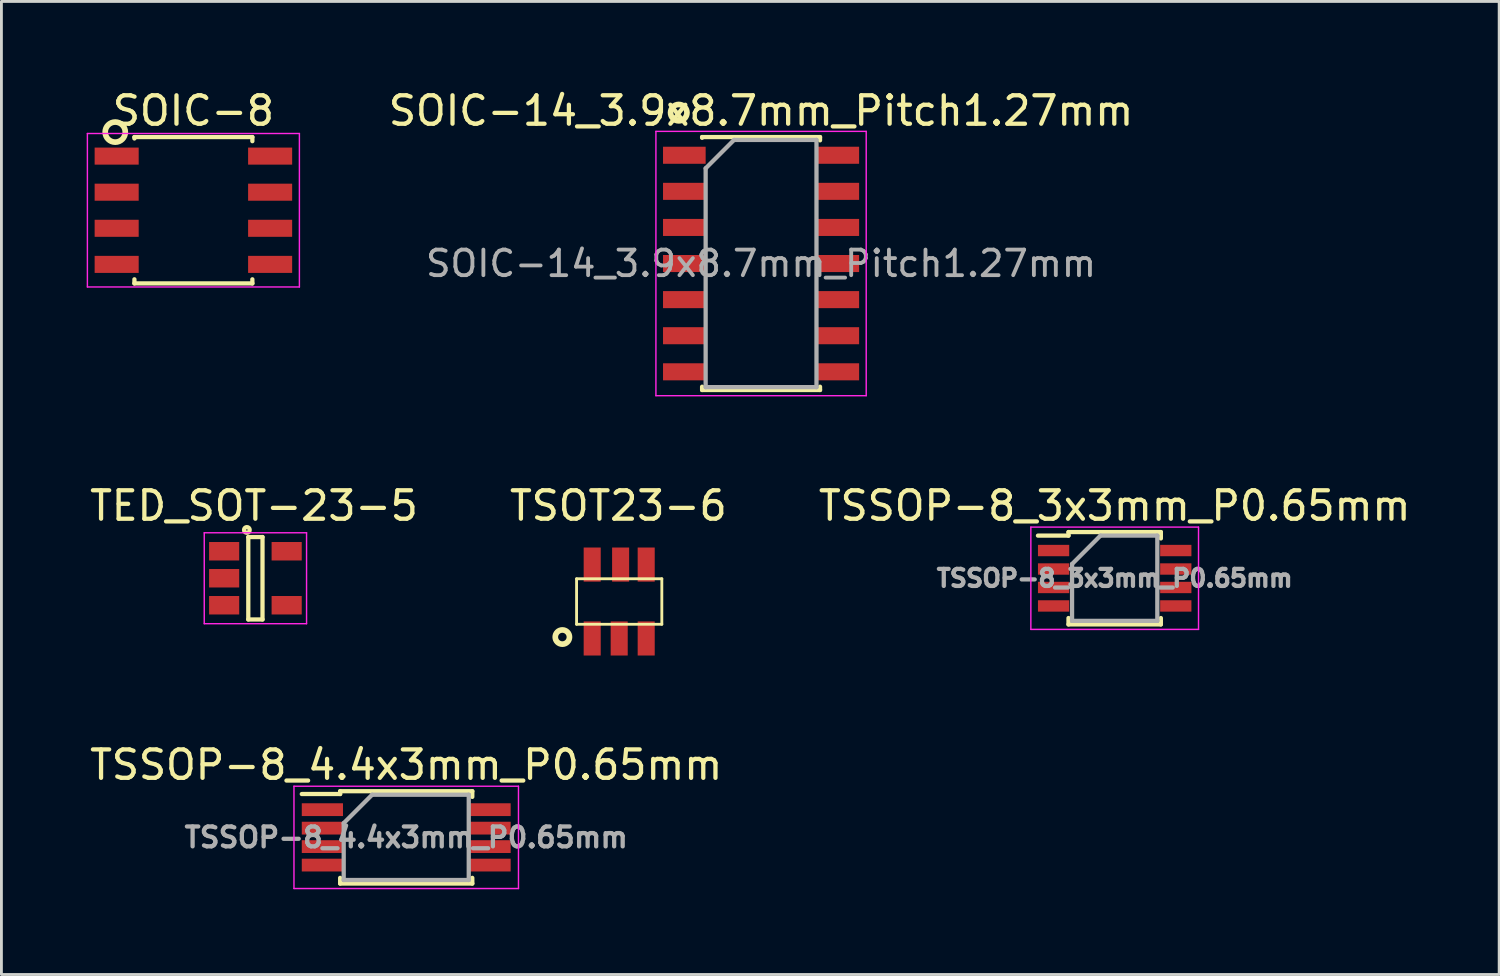
<source format=kicad_pcb>
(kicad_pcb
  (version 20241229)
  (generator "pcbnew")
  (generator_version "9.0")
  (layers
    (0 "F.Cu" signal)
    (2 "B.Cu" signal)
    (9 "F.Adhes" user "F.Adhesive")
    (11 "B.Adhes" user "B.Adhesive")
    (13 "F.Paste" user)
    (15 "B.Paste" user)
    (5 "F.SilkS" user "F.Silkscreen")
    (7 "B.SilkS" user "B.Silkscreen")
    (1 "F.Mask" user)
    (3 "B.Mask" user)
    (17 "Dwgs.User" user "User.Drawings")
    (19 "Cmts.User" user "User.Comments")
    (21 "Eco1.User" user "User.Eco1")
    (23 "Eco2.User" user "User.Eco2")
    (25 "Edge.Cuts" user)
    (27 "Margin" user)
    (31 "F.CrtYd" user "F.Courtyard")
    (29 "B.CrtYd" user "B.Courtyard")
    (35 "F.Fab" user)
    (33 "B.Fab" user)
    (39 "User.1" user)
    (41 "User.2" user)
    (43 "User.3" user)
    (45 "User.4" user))
  (footprint "SOIC-8"
    (layer "F.Cu")
    (at 3.755 4.348)
    (property "Reference" "SOIC-8" (at 0 -3.5 0) (layer "F.SilkS") (effects (font (size 1 1) (thickness 0.15))))
    (attr smd)
    (fp_line (start -2.075 -2.575) (end -2.075 -2.525) (stroke (width 0.15) (type solid)) (layer "F.SilkS"))
    (fp_line (start -2.075 -2.575) (end 2.075 -2.575) (stroke (width 0.15) (type solid)) (layer "F.SilkS"))
    (fp_line (start -2.075 2.575) (end -2.075 2.43) (stroke (width 0.15) (type solid)) (layer "F.SilkS"))
    (fp_line (start -2.075 2.575) (end 2.075 2.575) (stroke (width 0.15) (type solid)) (layer "F.SilkS"))
    (fp_line (start 2.075 -2.575) (end 2.075 -2.43) (stroke (width 0.15) (type solid)) (layer "F.SilkS"))
    (fp_line (start 2.075 2.575) (end 2.075 2.43) (stroke (width 0.15) (type solid)) (layer "F.SilkS"))
    (fp_circle (center -2.75 -2.75) (end -2.5 -2.5) (stroke (width 0.2) (type solid)) (fill no) (layer "F.SilkS"))
    (fp_line (start -3.73 -2.7) (end -3.73 2.7) (stroke (width 0.05) (type solid)) (layer "F.CrtYd"))
    (fp_line (start -3.73 -2.7) (end 3.73 -2.7) (stroke (width 0.05) (type solid)) (layer "F.CrtYd"))
    (fp_line (start -3.73 2.7) (end 3.73 2.7) (stroke (width 0.05) (type solid)) (layer "F.CrtYd"))
    (fp_line (start 3.73 -2.7) (end 3.73 2.7) (stroke (width 0.05) (type solid)) (layer "F.CrtYd"))
    (pad "1" smd rect (at -2.7 -1.905) (size 1.55 0.6) (layers "F.Cu" "F.Mask" "F.Paste"))
    (pad "2" smd rect (at -2.7 -0.635) (size 1.55 0.6) (layers "F.Cu" "F.Mask" "F.Paste"))
    (pad "3" smd rect (at -2.7 0.635) (size 1.55 0.6) (layers "F.Cu" "F.Mask" "F.Paste"))
    (pad "4" smd rect (at -2.7 1.905) (size 1.55 0.6) (layers "F.Cu" "F.Mask" "F.Paste"))
    (pad "5" smd rect (at 2.7 1.905) (size 1.55 0.6) (layers "F.Cu" "F.Mask" "F.Paste"))
    (pad "6" smd rect (at 2.7 0.635) (size 1.55 0.6) (layers "F.Cu" "F.Mask" "F.Paste"))
    (pad "7" smd rect (at 2.7 -0.635) (size 1.55 0.6) (layers "F.Cu" "F.Mask" "F.Paste"))
    (pad "8" smd rect (at 2.7 -1.905) (size 1.55 0.6) (layers "F.Cu" "F.Mask" "F.Paste")))
  (footprint "TSSOP-8_3x3mm_P0.65mm"
    (layer "F.Cu")
    (at 36.173 17.297)
    (property "Reference" "TSSOP-8_3x3mm_P0.65mm" (at 0 -2.55 0) (layer "F.SilkS") (effects (font (size 1 1) (thickness 0.15))))
    (attr smd)
    (fp_line (start -1.625 -1.625) (end -1.625 -1.5) (stroke (width 0.15) (type solid)) (layer "F.SilkS"))
    (fp_line (start -1.625 -1.625) (end 1.625 -1.625) (stroke (width 0.15) (type solid)) (layer "F.SilkS"))
    (fp_line (start -1.625 -1.5) (end -2.7 -1.5) (stroke (width 0.15) (type solid)) (layer "F.SilkS"))
    (fp_line (start -1.625 1.625) (end -1.625 1.4) (stroke (width 0.15) (type solid)) (layer "F.SilkS"))
    (fp_line (start -1.625 1.625) (end 1.625 1.625) (stroke (width 0.15) (type solid)) (layer "F.SilkS"))
    (fp_line (start 1.625 -1.625) (end 1.625 -1.4) (stroke (width 0.15) (type solid)) (layer "F.SilkS"))
    (fp_line (start 1.625 1.625) (end 1.625 1.4) (stroke (width 0.15) (type solid)) (layer "F.SilkS"))
    (fp_line (start -2.95 -1.8) (end -2.95 1.8) (stroke (width 0.05) (type solid)) (layer "F.CrtYd"))
    (fp_line (start -2.95 -1.8) (end 2.95 -1.8) (stroke (width 0.05) (type solid)) (layer "F.CrtYd"))
    (fp_line (start -2.95 1.8) (end 2.95 1.8) (stroke (width 0.05) (type solid)) (layer "F.CrtYd"))
    (fp_line (start 2.95 -1.8) (end 2.95 1.8) (stroke (width 0.05) (type solid)) (layer "F.CrtYd"))
    (fp_line (start -1.5 -0.5) (end -0.5 -1.5) (stroke (width 0.15) (type solid)) (layer "F.Fab"))
    (fp_line (start -1.5 1.5) (end -1.5 -0.5) (stroke (width 0.15) (type solid)) (layer "F.Fab"))
    (fp_line (start -0.5 -1.5) (end 1.5 -1.5) (stroke (width 0.15) (type solid)) (layer "F.Fab"))
    (fp_line (start 1.5 -1.5) (end 1.5 1.5) (stroke (width 0.15) (type solid)) (layer "F.Fab"))
    (fp_line (start 1.5 1.5) (end -1.5 1.5) (stroke (width 0.15) (type solid)) (layer "F.Fab"))
    (fp_text user "${REFERENCE}" (at 0 0 0) (layer "F.Fab") (effects (font (size 0.6 0.6) (thickness 0.15))))
    (pad "1" smd rect (at -2.15 -0.975) (size 1.1 0.4) (layers "F.Cu" "F.Mask" "F.Paste"))
    (pad "2" smd rect (at -2.15 -0.325) (size 1.1 0.4) (layers "F.Cu" "F.Mask" "F.Paste"))
    (pad "3" smd rect (at -2.15 0.325) (size 1.1 0.4) (layers "F.Cu" "F.Mask" "F.Paste"))
    (pad "4" smd rect (at -2.15 0.975) (size 1.1 0.4) (layers "F.Cu" "F.Mask" "F.Paste"))
    (pad "5" smd rect (at 2.15 0.975) (size 1.1 0.4) (layers "F.Cu" "F.Mask" "F.Paste"))
    (pad "6" smd rect (at 2.15 0.325) (size 1.1 0.4) (layers "F.Cu" "F.Mask" "F.Paste"))
    (pad "7" smd rect (at 2.15 -0.325) (size 1.1 0.4) (layers "F.Cu" "F.Mask" "F.Paste"))
    (pad "8" smd rect (at 2.15 -0.975) (size 1.1 0.4) (layers "F.Cu" "F.Mask" "F.Paste")))
  (footprint "SOIC-14_3.9x8.7mm_Pitch1.27mm"
    (layer "F.Cu")
    (at 23.73 6.223)
    (property "Reference" "SOIC-14_3.9x8.7mm_Pitch1.27mm" (at 0 -5.375 0) (layer "F.SilkS") (effects (font (size 1 1) (thickness 0.15))))
    (attr smd)
    (fp_line (start -2.075 -4.45) (end -2.075 -4.425) (stroke (width 0.15) (type solid)) (layer "F.SilkS"))
    (fp_line (start -2.075 -4.45) (end 2.075 -4.45) (stroke (width 0.15) (type solid)) (layer "F.SilkS"))
    (fp_line (start -2.075 4.45) (end -2.075 4.335) (stroke (width 0.15) (type solid)) (layer "F.SilkS"))
    (fp_line (start -2.075 4.45) (end 2.075 4.45) (stroke (width 0.15) (type solid)) (layer "F.SilkS"))
    (fp_line (start 2.075 -4.45) (end 2.075 -4.335) (stroke (width 0.15) (type solid)) (layer "F.SilkS"))
    (fp_line (start 2.075 4.45) (end 2.075 4.335) (stroke (width 0.15) (type solid)) (layer "F.SilkS"))
    (fp_circle (center -2.896 -5.309) (end -2.692 -5.105) (stroke (width 0.2) (type solid)) (fill no) (layer "F.SilkS"))
    (fp_line (start -3.7 -4.65) (end -3.7 4.65) (stroke (width 0.05) (type solid)) (layer "F.CrtYd"))
    (fp_line (start -3.7 -4.65) (end 3.7 -4.65) (stroke (width 0.05) (type solid)) (layer "F.CrtYd"))
    (fp_line (start -3.7 4.65) (end 3.7 4.65) (stroke (width 0.05) (type solid)) (layer "F.CrtYd"))
    (fp_line (start 3.7 -4.65) (end 3.7 4.65) (stroke (width 0.05) (type solid)) (layer "F.CrtYd"))
    (fp_line (start -1.95 -3.35) (end -0.95 -4.35) (stroke (width 0.15) (type solid)) (layer "F.Fab"))
    (fp_line (start -1.95 4.35) (end -1.95 -3.35) (stroke (width 0.15) (type solid)) (layer "F.Fab"))
    (fp_line (start -0.95 -4.35) (end 1.95 -4.35) (stroke (width 0.15) (type solid)) (layer "F.Fab"))
    (fp_line (start 1.95 -4.35) (end 1.95 4.35) (stroke (width 0.15) (type solid)) (layer "F.Fab"))
    (fp_line (start 1.95 4.35) (end -1.95 4.35) (stroke (width 0.15) (type solid)) (layer "F.Fab"))
    (fp_text user "${REFERENCE}" (at 0 0 0) (layer "F.Fab") (effects (font (size 0.9 0.9) (thickness 0.135))))
    (pad "1" smd rect (at -2.7 -3.81) (size 1.5 0.6) (layers "F.Cu" "F.Mask" "F.Paste"))
    (pad "2" smd rect (at -2.7 -2.54) (size 1.5 0.6) (layers "F.Cu" "F.Mask" "F.Paste"))
    (pad "3" smd rect (at -2.7 -1.27) (size 1.5 0.6) (layers "F.Cu" "F.Mask" "F.Paste"))
    (pad "4" smd rect (at -2.7 0) (size 1.5 0.6) (layers "F.Cu" "F.Mask" "F.Paste"))
    (pad "5" smd rect (at -2.7 1.27) (size 1.5 0.6) (layers "F.Cu" "F.Mask" "F.Paste"))
    (pad "6" smd rect (at -2.7 2.54) (size 1.5 0.6) (layers "F.Cu" "F.Mask" "F.Paste"))
    (pad "7" smd rect (at -2.7 3.81) (size 1.5 0.6) (layers "F.Cu" "F.Mask" "F.Paste"))
    (pad "8" smd rect (at 2.7 3.81) (size 1.5 0.6) (layers "F.Cu" "F.Mask" "F.Paste"))
    (pad "9" smd rect (at 2.7 2.54) (size 1.5 0.6) (layers "F.Cu" "F.Mask" "F.Paste"))
    (pad "10" smd rect (at 2.7 1.27) (size 1.5 0.6) (layers "F.Cu" "F.Mask" "F.Paste"))
    (pad "11" smd rect (at 2.7 0) (size 1.5 0.6) (layers "F.Cu" "F.Mask" "F.Paste"))
    (pad "12" smd rect (at 2.7 -1.27) (size 1.5 0.6) (layers "F.Cu" "F.Mask" "F.Paste"))
    (pad "13" smd rect (at 2.7 -2.54) (size 1.5 0.6) (layers "F.Cu" "F.Mask" "F.Paste"))
    (pad "14" smd rect (at 2.7 -3.81) (size 1.5 0.6) (layers "F.Cu" "F.Mask" "F.Paste")))
  (footprint "TSSOP-8_4.4x3mm_P0.65mm"
    (layer "F.Cu")
    (at 11.244 26.415)
    (property "Reference" "TSSOP-8_4.4x3mm_P0.65mm" (at 0 -2.55 0) (layer "F.SilkS") (effects (font (size 1 1) (thickness 0.15))))
    (attr smd)
    (fp_line (start -2.325 -1.625) (end -2.325 -1.525) (stroke (width 0.15) (type solid)) (layer "F.SilkS"))
    (fp_line (start -2.325 -1.625) (end 2.325 -1.625) (stroke (width 0.15) (type solid)) (layer "F.SilkS"))
    (fp_line (start -2.325 -1.525) (end -3.675 -1.525) (stroke (width 0.15) (type solid)) (layer "F.SilkS"))
    (fp_line (start -2.325 1.625) (end -2.325 1.425) (stroke (width 0.15) (type solid)) (layer "F.SilkS"))
    (fp_line (start -2.325 1.625) (end 2.325 1.625) (stroke (width 0.15) (type solid)) (layer "F.SilkS"))
    (fp_line (start 2.325 -1.625) (end 2.325 -1.425) (stroke (width 0.15) (type solid)) (layer "F.SilkS"))
    (fp_line (start 2.325 1.625) (end 2.325 1.425) (stroke (width 0.15) (type solid)) (layer "F.SilkS"))
    (fp_line (start -3.95 -1.8) (end -3.95 1.8) (stroke (width 0.05) (type solid)) (layer "F.CrtYd"))
    (fp_line (start -3.95 -1.8) (end 3.95 -1.8) (stroke (width 0.05) (type solid)) (layer "F.CrtYd"))
    (fp_line (start -3.95 1.8) (end 3.95 1.8) (stroke (width 0.05) (type solid)) (layer "F.CrtYd"))
    (fp_line (start 3.95 -1.8) (end 3.95 1.8) (stroke (width 0.05) (type solid)) (layer "F.CrtYd"))
    (fp_line (start -2.2 -0.5) (end -1.2 -1.5) (stroke (width 0.15) (type solid)) (layer "F.Fab"))
    (fp_line (start -2.2 1.5) (end -2.2 -0.5) (stroke (width 0.15) (type solid)) (layer "F.Fab"))
    (fp_line (start -1.2 -1.5) (end 2.2 -1.5) (stroke (width 0.15) (type solid)) (layer "F.Fab"))
    (fp_line (start 2.2 -1.5) (end 2.2 1.5) (stroke (width 0.15) (type solid)) (layer "F.Fab"))
    (fp_line (start 2.2 1.5) (end -2.2 1.5) (stroke (width 0.15) (type solid)) (layer "F.Fab"))
    (fp_text user "${REFERENCE}" (at 0 0 0) (layer "F.Fab") (effects (font (size 0.7 0.7) (thickness 0.15))))
    (pad "1" smd rect (at -2.95 -0.975) (size 1.45 0.45) (layers "F.Cu" "F.Mask" "F.Paste"))
    (pad "2" smd rect (at -2.95 -0.325) (size 1.45 0.45) (layers "F.Cu" "F.Mask" "F.Paste"))
    (pad "3" smd rect (at -2.95 0.325) (size 1.45 0.45) (layers "F.Cu" "F.Mask" "F.Paste"))
    (pad "4" smd rect (at -2.95 0.975) (size 1.45 0.45) (layers "F.Cu" "F.Mask" "F.Paste"))
    (pad "5" smd rect (at 2.95 0.975) (size 1.45 0.45) (layers "F.Cu" "F.Mask" "F.Paste"))
    (pad "6" smd rect (at 2.95 0.325) (size 1.45 0.45) (layers "F.Cu" "F.Mask" "F.Paste"))
    (pad "7" smd rect (at 2.95 -0.325) (size 1.45 0.45) (layers "F.Cu" "F.Mask" "F.Paste"))
    (pad "8" smd rect (at 2.95 -0.975) (size 1.45 0.45) (layers "F.Cu" "F.Mask" "F.Paste")))
  (footprint "TED_SOT-23-5"
    (layer "F.Cu")
    (at 5.937 17.297)
    (property "Reference" "TED_SOT-23-5" (at -0.05 -2.55 0) (layer "F.SilkS") (effects (font (size 1 1) (thickness 0.15))))
    (attr smd)
    (fp_line (start -0.25 -1.45) (end -0.25 1.45) (stroke (width 0.15) (type solid)) (layer "F.SilkS"))
    (fp_line (start -0.25 1.45) (end 0.25 1.45) (stroke (width 0.15) (type solid)) (layer "F.SilkS"))
    (fp_line (start 0.25 -1.45) (end -0.25 -1.45) (stroke (width 0.15) (type solid)) (layer "F.SilkS"))
    (fp_line (start 0.25 1.45) (end 0.25 -1.45) (stroke (width 0.15) (type solid)) (layer "F.SilkS"))
    (fp_circle (center -0.3 -1.7) (end -0.2 -1.7) (stroke (width 0.15) (type solid)) (fill no) (layer "F.SilkS"))
    (fp_line (start -1.8 -1.6) (end 1.8 -1.6) (stroke (width 0.05) (type solid)) (layer "F.CrtYd"))
    (fp_line (start -1.8 1.6) (end -1.8 -1.6) (stroke (width 0.05) (type solid)) (layer "F.CrtYd"))
    (fp_line (start 1.8 -1.6) (end 1.8 1.6) (stroke (width 0.05) (type solid)) (layer "F.CrtYd"))
    (fp_line (start 1.8 1.6) (end -1.8 1.6) (stroke (width 0.05) (type solid)) (layer "F.CrtYd"))
    (pad "1" smd rect (at -1.1 -0.95) (size 1.06 0.65) (layers "F.Cu" "F.Mask" "F.Paste"))
    (pad "2" smd rect (at -1.1 0) (size 1.06 0.65) (layers "F.Cu" "F.Mask" "F.Paste"))
    (pad "3" smd rect (at -1.1 0.95) (size 1.06 0.65) (layers "F.Cu" "F.Mask" "F.Paste"))
    (pad "4" smd rect (at 1.1 0.95) (size 1.06 0.65) (layers "F.Cu" "F.Mask" "F.Paste"))
    (pad "5" smd rect (at 1.1 -0.95) (size 1.06 0.65) (layers "F.Cu" "F.Mask" "F.Paste")))
  (footprint "TSOT23-6"
    (layer "F.Cu")
    (at 18.738 18.116)
    (property "Reference" "TSOT23-6" (at -0.03 -3.37 0) (layer "F.SilkS") (effects (font (size 1 1) (thickness 0.15))))
    (attr smd)
    (fp_line (start -1.5 -0.8) (end -1.5 0.8) (stroke (width 0.1) (type solid)) (layer "F.SilkS"))
    (fp_line (start -1.5 -0.8) (end 1.5 -0.8) (stroke (width 0.1) (type solid)) (layer "F.SilkS"))
    (fp_line (start -1.5 0.8) (end 1.5 0.8) (stroke (width 0.1) (type solid)) (layer "F.SilkS"))
    (fp_line (start 1.5 -0.8) (end 1.5 0.8) (stroke (width 0.1) (type solid)) (layer "F.SilkS"))
    (fp_circle (center -2 1.25) (end -1.75 1.25) (stroke (width 0.2) (type solid)) (fill no) (layer "F.SilkS"))
    (pad "1" smd rect (at -0.95 1.3) (size 0.6 1.2) (layers "F.Cu" "F.Mask" "F.Paste"))
    (pad "2" smd rect (at 0 1.3) (size 0.6 1.2) (layers "F.Cu" "F.Mask" "F.Paste"))
    (pad "3" smd rect (at 0.95 1.3) (size 0.6 1.2) (layers "F.Cu" "F.Mask" "F.Paste"))
    (pad "4" smd rect (at 0.95 -1.3) (size 0.6 1.2) (layers "F.Cu" "F.Mask" "F.Paste"))
    (pad "5" smd rect (at 0.05 -1.3) (size 0.6 1.2) (layers "F.Cu" "F.Mask" "F.Paste"))
    (pad "6" smd rect (at -0.95 -1.3) (size 0.6 1.2) (layers "F.Cu" "F.Mask" "F.Paste")))
  (gr_rect
    (start -3 -3)
    (end 49.702 31.24)
    (stroke (width 0.1) (type default))
    (fill no)
    (layer "Edge.Cuts")))
</source>
